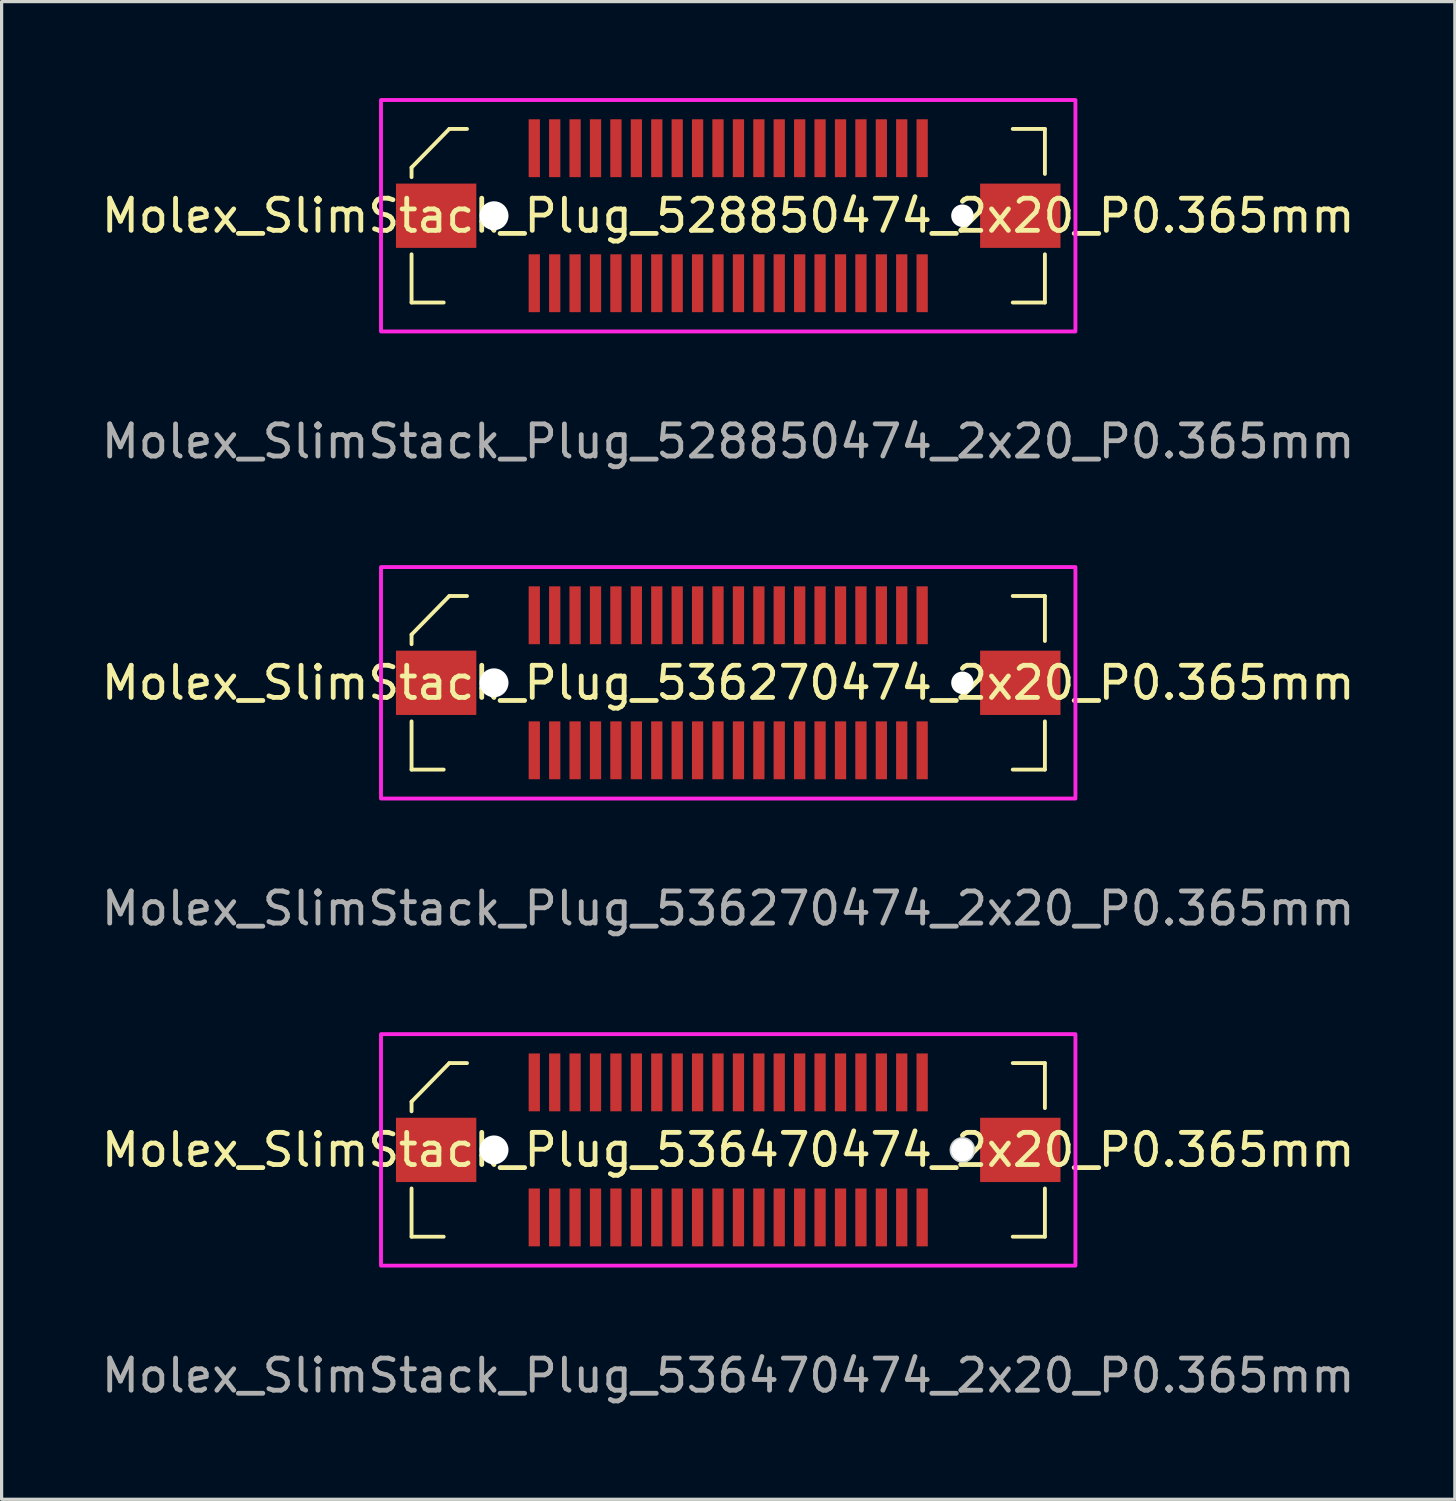
<source format=kicad_pcb>
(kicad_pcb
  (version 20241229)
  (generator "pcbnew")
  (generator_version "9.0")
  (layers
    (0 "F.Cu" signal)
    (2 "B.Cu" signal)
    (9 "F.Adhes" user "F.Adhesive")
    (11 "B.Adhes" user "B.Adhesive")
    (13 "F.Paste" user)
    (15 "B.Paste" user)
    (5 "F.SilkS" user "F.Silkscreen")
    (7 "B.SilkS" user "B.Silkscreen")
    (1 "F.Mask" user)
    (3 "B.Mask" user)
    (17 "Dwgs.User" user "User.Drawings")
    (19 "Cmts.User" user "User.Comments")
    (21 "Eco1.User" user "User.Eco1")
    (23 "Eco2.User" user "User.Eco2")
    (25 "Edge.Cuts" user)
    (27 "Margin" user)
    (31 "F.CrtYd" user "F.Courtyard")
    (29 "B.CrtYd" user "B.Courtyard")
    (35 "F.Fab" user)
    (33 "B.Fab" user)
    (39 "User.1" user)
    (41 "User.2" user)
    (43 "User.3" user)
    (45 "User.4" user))
  (footprint "Molex_SlimStack_Plug_536470474_2x20_P0.365mm"
    (layer "F.Cu")
    (at 19.601 32.717)
    (property "Reference" "Molex_SlimStack_Plug_536470474_2x20_P0.365mm" (at 0 0 0) (unlocked yes) (layer "F.SilkS") (effects (font (size 1 1) (thickness 0.15))))
    (attr smd)
    (fp_line (start -9.85 -1.5) (end -9.85 -1.2) (stroke (width 0.12) (type solid)) (layer "F.SilkS"))
    (fp_line (start -9.85 -1.5) (end -8.675 -2.7) (stroke (width 0.12) (type solid)) (layer "F.SilkS"))
    (fp_line (start -9.85 1.2) (end -9.85 2.7) (stroke (width 0.12) (type solid)) (layer "F.SilkS"))
    (fp_line (start -9.85 2.7) (end -8.85 2.7) (stroke (width 0.12) (type solid)) (layer "F.SilkS"))
    (fp_line (start -8.675 -2.7) (end -8.125 -2.7) (stroke (width 0.12) (type solid)) (layer "F.SilkS"))
    (fp_line (start 9.85 -2.7) (end 8.85 -2.7) (stroke (width 0.12) (type solid)) (layer "F.SilkS"))
    (fp_line (start 9.85 -2.7) (end 9.85 -1.3) (stroke (width 0.12) (type solid)) (layer "F.SilkS"))
    (fp_line (start 9.85 1.2) (end 9.85 2.7) (stroke (width 0.12) (type solid)) (layer "F.SilkS"))
    (fp_line (start 9.85 2.7) (end 8.85 2.7) (stroke (width 0.12) (type solid)) (layer "F.SilkS"))
    (fp_circle (center 7.285 0) (end 7.635 0) (stroke (width 0.1) (type solid)) (fill no) (layer "Edge.Cuts"))
    (fp_rect (start 10.8 -3.6) (end -10.8 3.6) (stroke (width 0.12) (type solid)) (fill no) (layer "F.CrtYd"))
    (fp_text user "${REFERENCE}" (at 0 7.02 0) (layer "F.Fab") (effects (font (size 1 1) (thickness 0.15))))
    (pad "" np_thru_hole circle (at -7.285 0) (size 0.9 0.9) (drill 0.9) (layers "*.Cu" "*.Mask"))
    (pad "" np_thru_hole circle (at 7.285 0) (size 0.7 0.7) (drill 0.9) (layers "*.Cu" "*.Mask"))
    (pad "1" smd rect (at -6.032 -2.1) (size 0.35 1.8) (layers "F.Cu" "F.Mask" "F.Paste"))
    (pad "2" smd rect (at -5.397 -2.1) (size 0.35 1.8) (layers "F.Cu" "F.Mask" "F.Paste"))
    (pad "3" smd rect (at -4.763 -2.1) (size 0.35 1.8) (layers "F.Cu" "F.Mask" "F.Paste"))
    (pad "4" smd rect (at -4.128 -2.1) (size 0.35 1.8) (layers "F.Cu" "F.Mask" "F.Paste"))
    (pad "5" smd rect (at -3.493 -2.1) (size 0.35 1.8) (layers "F.Cu" "F.Mask" "F.Paste"))
    (pad "6" smd rect (at -2.857 -2.1) (size 0.35 1.8) (layers "F.Cu" "F.Mask" "F.Paste"))
    (pad "7" smd rect (at -2.223 -2.1) (size 0.35 1.8) (layers "F.Cu" "F.Mask" "F.Paste"))
    (pad "8" smd rect (at -1.587 -2.1) (size 0.35 1.8) (layers "F.Cu" "F.Mask" "F.Paste"))
    (pad "9" smd rect (at -0.953 -2.1) (size 0.35 1.8) (layers "F.Cu" "F.Mask" "F.Paste"))
    (pad "10" smd rect (at -0.318 -2.1) (size 0.35 1.8) (layers "F.Cu" "F.Mask" "F.Paste"))
    (pad "11" smd rect (at 0.318 -2.1) (size 0.35 1.8) (layers "F.Cu" "F.Mask" "F.Paste"))
    (pad "12" smd rect (at 0.953 -2.1) (size 0.35 1.8) (layers "F.Cu" "F.Mask" "F.Paste"))
    (pad "13" smd rect (at 1.587 -2.1) (size 0.35 1.8) (layers "F.Cu" "F.Mask" "F.Paste"))
    (pad "14" smd rect (at 2.223 -2.1) (size 0.35 1.8) (layers "F.Cu" "F.Mask" "F.Paste"))
    (pad "15" smd rect (at 2.857 -2.1) (size 0.35 1.8) (layers "F.Cu" "F.Mask" "F.Paste"))
    (pad "16" smd rect (at 3.493 -2.1) (size 0.35 1.8) (layers "F.Cu" "F.Mask" "F.Paste"))
    (pad "17" smd rect (at 4.128 -2.1) (size 0.35 1.8) (layers "F.Cu" "F.Mask" "F.Paste"))
    (pad "18" smd rect (at 4.763 -2.1) (size 0.35 1.8) (layers "F.Cu" "F.Mask" "F.Paste"))
    (pad "19" smd rect (at 5.397 -2.1) (size 0.35 1.8) (layers "F.Cu" "F.Mask" "F.Paste"))
    (pad "20" smd rect (at 6.032 -2.1) (size 0.35 1.8) (layers "F.Cu" "F.Mask" "F.Paste"))
    (pad "21" smd rect (at 6.032 2.1) (size 0.35 1.8) (layers "F.Cu" "F.Mask" "F.Paste"))
    (pad "22" smd rect (at 5.397 2.1) (size 0.35 1.8) (layers "F.Cu" "F.Mask" "F.Paste"))
    (pad "23" smd rect (at 4.763 2.1) (size 0.35 1.8) (layers "F.Cu" "F.Mask" "F.Paste"))
    (pad "24" smd rect (at 4.128 2.1) (size 0.35 1.8) (layers "F.Cu" "F.Mask" "F.Paste"))
    (pad "25" smd rect (at 3.493 2.1) (size 0.35 1.8) (layers "F.Cu" "F.Mask" "F.Paste"))
    (pad "26" smd rect (at 2.857 2.1) (size 0.35 1.8) (layers "F.Cu" "F.Mask" "F.Paste"))
    (pad "27" smd rect (at 2.223 2.1) (size 0.35 1.8) (layers "F.Cu" "F.Mask" "F.Paste"))
    (pad "28" smd rect (at 1.587 2.1) (size 0.35 1.8) (layers "F.Cu" "F.Mask" "F.Paste"))
    (pad "29" smd rect (at 0.953 2.1) (size 0.35 1.8) (layers "F.Cu" "F.Mask" "F.Paste"))
    (pad "30" smd rect (at 0.318 2.1) (size 0.35 1.8) (layers "F.Cu" "F.Mask" "F.Paste"))
    (pad "31" smd rect (at -0.318 2.1) (size 0.35 1.8) (layers "F.Cu" "F.Mask" "F.Paste"))
    (pad "32" smd rect (at -0.953 2.1) (size 0.35 1.8) (layers "F.Cu" "F.Mask" "F.Paste"))
    (pad "33" smd rect (at -1.587 2.1) (size 0.35 1.8) (layers "F.Cu" "F.Mask" "F.Paste"))
    (pad "34" smd rect (at -2.223 2.1) (size 0.35 1.8) (layers "F.Cu" "F.Mask" "F.Paste"))
    (pad "35" smd rect (at -2.857 2.1) (size 0.35 1.8) (layers "F.Cu" "F.Mask" "F.Paste"))
    (pad "36" smd rect (at -3.493 2.1) (size 0.35 1.8) (layers "F.Cu" "F.Mask" "F.Paste"))
    (pad "37" smd rect (at -4.128 2.1) (size 0.35 1.8) (layers "F.Cu" "F.Mask" "F.Paste"))
    (pad "38" smd rect (at -4.763 2.1) (size 0.35 1.8) (layers "F.Cu" "F.Mask" "F.Paste"))
    (pad "39" smd rect (at -5.397 2.1) (size 0.35 1.8) (layers "F.Cu" "F.Mask" "F.Paste"))
    (pad "40" smd rect (at -6.032 2.1) (size 0.35 1.8) (layers "F.Cu" "F.Mask" "F.Paste"))
    (pad "MP" smd rect (at -9.085 0) (size 2.5 2) (layers "F.Cu" "F.Mask" "F.Paste"))
    (pad "MP" smd rect (at 9.085 0) (size 2.5 2) (layers "F.Cu" "F.Mask" "F.Paste")))
  (footprint "Molex_SlimStack_Plug_528850474_2x20_P0.365mm"
    (layer "F.Cu")
    (at 19.601 3.66)
    (property "Reference" "Molex_SlimStack_Plug_528850474_2x20_P0.365mm" (at 0 0 0) (unlocked yes) (layer "F.SilkS") (effects (font (size 1 1) (thickness 0.15))))
    (attr smd)
    (fp_line (start -9.85 -1.5) (end -9.85 -1.2) (stroke (width 0.12) (type solid)) (layer "F.SilkS"))
    (fp_line (start -9.85 -1.5) (end -8.675 -2.7) (stroke (width 0.12) (type solid)) (layer "F.SilkS"))
    (fp_line (start -9.85 1.2) (end -9.85 2.7) (stroke (width 0.12) (type solid)) (layer "F.SilkS"))
    (fp_line (start -9.85 2.7) (end -8.85 2.7) (stroke (width 0.12) (type solid)) (layer "F.SilkS"))
    (fp_line (start -8.675 -2.7) (end -8.125 -2.7) (stroke (width 0.12) (type solid)) (layer "F.SilkS"))
    (fp_line (start 9.85 -2.7) (end 8.85 -2.7) (stroke (width 0.12) (type solid)) (layer "F.SilkS"))
    (fp_line (start 9.85 -2.7) (end 9.85 -1.3) (stroke (width 0.12) (type solid)) (layer "F.SilkS"))
    (fp_line (start 9.85 1.2) (end 9.85 2.7) (stroke (width 0.12) (type solid)) (layer "F.SilkS"))
    (fp_line (start 9.85 2.7) (end 8.85 2.7) (stroke (width 0.12) (type solid)) (layer "F.SilkS"))
    (fp_rect (start 10.8 -3.6) (end -10.8 3.6) (stroke (width 0.12) (type solid)) (fill no) (layer "F.CrtYd"))
    (fp_text user "${REFERENCE}" (at 0 7.02 0) (layer "F.Fab") (effects (font (size 1 1) (thickness 0.15))))
    (pad "" np_thru_hole circle (at -7.285 0) (size 0.9 0.9) (drill 0.9) (layers "*.Cu" "*.Mask"))
    (pad "" np_thru_hole circle (at 7.285 0) (size 0.7 0.7) (drill 0.7) (layers "*.Cu" "*.Mask"))
    (pad "1" smd rect (at -6.032 -2.1) (size 0.35 1.8) (layers "F.Cu" "F.Mask" "F.Paste"))
    (pad "2" smd rect (at -5.397 -2.1) (size 0.35 1.8) (layers "F.Cu" "F.Mask" "F.Paste"))
    (pad "3" smd rect (at -4.763 -2.1) (size 0.35 1.8) (layers "F.Cu" "F.Mask" "F.Paste"))
    (pad "4" smd rect (at -4.128 -2.1) (size 0.35 1.8) (layers "F.Cu" "F.Mask" "F.Paste"))
    (pad "5" smd rect (at -3.493 -2.1) (size 0.35 1.8) (layers "F.Cu" "F.Mask" "F.Paste"))
    (pad "6" smd rect (at -2.857 -2.1) (size 0.35 1.8) (layers "F.Cu" "F.Mask" "F.Paste"))
    (pad "7" smd rect (at -2.223 -2.1) (size 0.35 1.8) (layers "F.Cu" "F.Mask" "F.Paste"))
    (pad "8" smd rect (at -1.587 -2.1) (size 0.35 1.8) (layers "F.Cu" "F.Mask" "F.Paste"))
    (pad "9" smd rect (at -0.953 -2.1) (size 0.35 1.8) (layers "F.Cu" "F.Mask" "F.Paste"))
    (pad "10" smd rect (at -0.318 -2.1) (size 0.35 1.8) (layers "F.Cu" "F.Mask" "F.Paste"))
    (pad "11" smd rect (at 0.318 -2.1) (size 0.35 1.8) (layers "F.Cu" "F.Mask" "F.Paste"))
    (pad "12" smd rect (at 0.953 -2.1) (size 0.35 1.8) (layers "F.Cu" "F.Mask" "F.Paste"))
    (pad "13" smd rect (at 1.587 -2.1) (size 0.35 1.8) (layers "F.Cu" "F.Mask" "F.Paste"))
    (pad "14" smd rect (at 2.223 -2.1) (size 0.35 1.8) (layers "F.Cu" "F.Mask" "F.Paste"))
    (pad "15" smd rect (at 2.857 -2.1) (size 0.35 1.8) (layers "F.Cu" "F.Mask" "F.Paste"))
    (pad "16" smd rect (at 3.493 -2.1) (size 0.35 1.8) (layers "F.Cu" "F.Mask" "F.Paste"))
    (pad "17" smd rect (at 4.128 -2.1) (size 0.35 1.8) (layers "F.Cu" "F.Mask" "F.Paste"))
    (pad "18" smd rect (at 4.763 -2.1) (size 0.35 1.8) (layers "F.Cu" "F.Mask" "F.Paste"))
    (pad "19" smd rect (at 5.397 -2.1) (size 0.35 1.8) (layers "F.Cu" "F.Mask" "F.Paste"))
    (pad "20" smd rect (at 6.032 -2.1) (size 0.35 1.8) (layers "F.Cu" "F.Mask" "F.Paste"))
    (pad "21" smd rect (at 6.032 2.1) (size 0.35 1.8) (layers "F.Cu" "F.Mask" "F.Paste"))
    (pad "22" smd rect (at 5.397 2.1) (size 0.35 1.8) (layers "F.Cu" "F.Mask" "F.Paste"))
    (pad "23" smd rect (at 4.763 2.1) (size 0.35 1.8) (layers "F.Cu" "F.Mask" "F.Paste"))
    (pad "24" smd rect (at 4.128 2.1) (size 0.35 1.8) (layers "F.Cu" "F.Mask" "F.Paste"))
    (pad "25" smd rect (at 3.493 2.1) (size 0.35 1.8) (layers "F.Cu" "F.Mask" "F.Paste"))
    (pad "26" smd rect (at 2.857 2.1) (size 0.35 1.8) (layers "F.Cu" "F.Mask" "F.Paste"))
    (pad "27" smd rect (at 2.223 2.1) (size 0.35 1.8) (layers "F.Cu" "F.Mask" "F.Paste"))
    (pad "28" smd rect (at 1.587 2.1) (size 0.35 1.8) (layers "F.Cu" "F.Mask" "F.Paste"))
    (pad "29" smd rect (at 0.953 2.1) (size 0.35 1.8) (layers "F.Cu" "F.Mask" "F.Paste"))
    (pad "30" smd rect (at 0.318 2.1) (size 0.35 1.8) (layers "F.Cu" "F.Mask" "F.Paste"))
    (pad "31" smd rect (at -0.318 2.1) (size 0.35 1.8) (layers "F.Cu" "F.Mask" "F.Paste"))
    (pad "32" smd rect (at -0.953 2.1) (size 0.35 1.8) (layers "F.Cu" "F.Mask" "F.Paste"))
    (pad "33" smd rect (at -1.587 2.1) (size 0.35 1.8) (layers "F.Cu" "F.Mask" "F.Paste"))
    (pad "34" smd rect (at -2.223 2.1) (size 0.35 1.8) (layers "F.Cu" "F.Mask" "F.Paste"))
    (pad "35" smd rect (at -2.857 2.1) (size 0.35 1.8) (layers "F.Cu" "F.Mask" "F.Paste"))
    (pad "36" smd rect (at -3.493 2.1) (size 0.35 1.8) (layers "F.Cu" "F.Mask" "F.Paste"))
    (pad "37" smd rect (at -4.128 2.1) (size 0.35 1.8) (layers "F.Cu" "F.Mask" "F.Paste"))
    (pad "38" smd rect (at -4.763 2.1) (size 0.35 1.8) (layers "F.Cu" "F.Mask" "F.Paste"))
    (pad "39" smd rect (at -5.397 2.1) (size 0.35 1.8) (layers "F.Cu" "F.Mask" "F.Paste"))
    (pad "40" smd rect (at -6.032 2.1) (size 0.35 1.8) (layers "F.Cu" "F.Mask" "F.Paste"))
    (pad "MP" smd rect (at -9.085 0) (size 2.5 2) (layers "F.Cu" "F.Mask" "F.Paste"))
    (pad "MP" smd rect (at 9.085 0) (size 2.5 2) (layers "F.Cu" "F.Mask" "F.Paste")))
  (footprint "Molex_SlimStack_Plug_536270474_2x20_P0.365mm"
    (layer "F.Cu")
    (at 19.601 18.188)
    (property "Reference" "Molex_SlimStack_Plug_536270474_2x20_P0.365mm" (at 0 0 0) (unlocked yes) (layer "F.SilkS") (effects (font (size 1 1) (thickness 0.15))))
    (attr smd)
    (fp_line (start -9.85 -1.5) (end -9.85 -1.2) (stroke (width 0.12) (type solid)) (layer "F.SilkS"))
    (fp_line (start -9.85 -1.5) (end -8.675 -2.7) (stroke (width 0.12) (type solid)) (layer "F.SilkS"))
    (fp_line (start -9.85 1.2) (end -9.85 2.7) (stroke (width 0.12) (type solid)) (layer "F.SilkS"))
    (fp_line (start -9.85 2.7) (end -8.85 2.7) (stroke (width 0.12) (type solid)) (layer "F.SilkS"))
    (fp_line (start -8.675 -2.7) (end -8.125 -2.7) (stroke (width 0.12) (type solid)) (layer "F.SilkS"))
    (fp_line (start 9.85 -2.7) (end 8.85 -2.7) (stroke (width 0.12) (type solid)) (layer "F.SilkS"))
    (fp_line (start 9.85 -2.7) (end 9.85 -1.3) (stroke (width 0.12) (type solid)) (layer "F.SilkS"))
    (fp_line (start 9.85 1.2) (end 9.85 2.7) (stroke (width 0.12) (type solid)) (layer "F.SilkS"))
    (fp_line (start 9.85 2.7) (end 8.85 2.7) (stroke (width 0.12) (type solid)) (layer "F.SilkS"))
    (fp_rect (start 10.8 -3.6) (end -10.8 3.6) (stroke (width 0.12) (type solid)) (fill no) (layer "F.CrtYd"))
    (fp_text user "${REFERENCE}" (at 0 7.02 0) (layer "F.Fab") (effects (font (size 1 1) (thickness 0.15))))
    (pad "" np_thru_hole circle (at -7.285 0) (size 0.9 0.9) (drill 0.9) (layers "*.Cu" "*.Mask"))
    (pad "" np_thru_hole circle (at 7.285 0) (size 0.7 0.7) (drill 0.7) (layers "*.Cu" "*.Mask"))
    (pad "1" smd rect (at -6.032 -2.1) (size 0.35 1.8) (layers "F.Cu" "F.Mask" "F.Paste"))
    (pad "2" smd rect (at -5.397 -2.1) (size 0.35 1.8) (layers "F.Cu" "F.Mask" "F.Paste"))
    (pad "3" smd rect (at -4.763 -2.1) (size 0.35 1.8) (layers "F.Cu" "F.Mask" "F.Paste"))
    (pad "4" smd rect (at -4.128 -2.1) (size 0.35 1.8) (layers "F.Cu" "F.Mask" "F.Paste"))
    (pad "5" smd rect (at -3.493 -2.1) (size 0.35 1.8) (layers "F.Cu" "F.Mask" "F.Paste"))
    (pad "6" smd rect (at -2.857 -2.1) (size 0.35 1.8) (layers "F.Cu" "F.Mask" "F.Paste"))
    (pad "7" smd rect (at -2.223 -2.1) (size 0.35 1.8) (layers "F.Cu" "F.Mask" "F.Paste"))
    (pad "8" smd rect (at -1.587 -2.1) (size 0.35 1.8) (layers "F.Cu" "F.Mask" "F.Paste"))
    (pad "9" smd rect (at -0.953 -2.1) (size 0.35 1.8) (layers "F.Cu" "F.Mask" "F.Paste"))
    (pad "10" smd rect (at -0.318 -2.1) (size 0.35 1.8) (layers "F.Cu" "F.Mask" "F.Paste"))
    (pad "11" smd rect (at 0.318 -2.1) (size 0.35 1.8) (layers "F.Cu" "F.Mask" "F.Paste"))
    (pad "12" smd rect (at 0.953 -2.1) (size 0.35 1.8) (layers "F.Cu" "F.Mask" "F.Paste"))
    (pad "13" smd rect (at 1.587 -2.1) (size 0.35 1.8) (layers "F.Cu" "F.Mask" "F.Paste"))
    (pad "14" smd rect (at 2.223 -2.1) (size 0.35 1.8) (layers "F.Cu" "F.Mask" "F.Paste"))
    (pad "15" smd rect (at 2.857 -2.1) (size 0.35 1.8) (layers "F.Cu" "F.Mask" "F.Paste"))
    (pad "16" smd rect (at 3.493 -2.1) (size 0.35 1.8) (layers "F.Cu" "F.Mask" "F.Paste"))
    (pad "17" smd rect (at 4.128 -2.1) (size 0.35 1.8) (layers "F.Cu" "F.Mask" "F.Paste"))
    (pad "18" smd rect (at 4.763 -2.1) (size 0.35 1.8) (layers "F.Cu" "F.Mask" "F.Paste"))
    (pad "19" smd rect (at 5.397 -2.1) (size 0.35 1.8) (layers "F.Cu" "F.Mask" "F.Paste"))
    (pad "20" smd rect (at 6.032 -2.1) (size 0.35 1.8) (layers "F.Cu" "F.Mask" "F.Paste"))
    (pad "21" smd rect (at 6.032 2.1) (size 0.35 1.8) (layers "F.Cu" "F.Mask" "F.Paste"))
    (pad "22" smd rect (at 5.397 2.1) (size 0.35 1.8) (layers "F.Cu" "F.Mask" "F.Paste"))
    (pad "23" smd rect (at 4.763 2.1) (size 0.35 1.8) (layers "F.Cu" "F.Mask" "F.Paste"))
    (pad "24" smd rect (at 4.128 2.1) (size 0.35 1.8) (layers "F.Cu" "F.Mask" "F.Paste"))
    (pad "25" smd rect (at 3.493 2.1) (size 0.35 1.8) (layers "F.Cu" "F.Mask" "F.Paste"))
    (pad "26" smd rect (at 2.857 2.1) (size 0.35 1.8) (layers "F.Cu" "F.Mask" "F.Paste"))
    (pad "27" smd rect (at 2.223 2.1) (size 0.35 1.8) (layers "F.Cu" "F.Mask" "F.Paste"))
    (pad "28" smd rect (at 1.587 2.1) (size 0.35 1.8) (layers "F.Cu" "F.Mask" "F.Paste"))
    (pad "29" smd rect (at 0.953 2.1) (size 0.35 1.8) (layers "F.Cu" "F.Mask" "F.Paste"))
    (pad "30" smd rect (at 0.318 2.1) (size 0.35 1.8) (layers "F.Cu" "F.Mask" "F.Paste"))
    (pad "31" smd rect (at -0.318 2.1) (size 0.35 1.8) (layers "F.Cu" "F.Mask" "F.Paste"))
    (pad "32" smd rect (at -0.953 2.1) (size 0.35 1.8) (layers "F.Cu" "F.Mask" "F.Paste"))
    (pad "33" smd rect (at -1.587 2.1) (size 0.35 1.8) (layers "F.Cu" "F.Mask" "F.Paste"))
    (pad "34" smd rect (at -2.223 2.1) (size 0.35 1.8) (layers "F.Cu" "F.Mask" "F.Paste"))
    (pad "35" smd rect (at -2.857 2.1) (size 0.35 1.8) (layers "F.Cu" "F.Mask" "F.Paste"))
    (pad "36" smd rect (at -3.493 2.1) (size 0.35 1.8) (layers "F.Cu" "F.Mask" "F.Paste"))
    (pad "37" smd rect (at -4.128 2.1) (size 0.35 1.8) (layers "F.Cu" "F.Mask" "F.Paste"))
    (pad "38" smd rect (at -4.763 2.1) (size 0.35 1.8) (layers "F.Cu" "F.Mask" "F.Paste"))
    (pad "39" smd rect (at -5.397 2.1) (size 0.35 1.8) (layers "F.Cu" "F.Mask" "F.Paste"))
    (pad "40" smd rect (at -6.032 2.1) (size 0.35 1.8) (layers "F.Cu" "F.Mask" "F.Paste"))
    (pad "MP" smd rect (at -9.085 0) (size 2.5 2) (layers "F.Cu" "F.Mask" "F.Paste"))
    (pad "MP" smd rect (at 9.085 0) (size 2.5 2) (layers "F.Cu" "F.Mask" "F.Paste")))
  (gr_rect
    (start -3 -3)
    (end 42.202 43.585)
    (stroke (width 0.1) (type default))
    (fill no)
    (layer "Edge.Cuts")))
</source>
